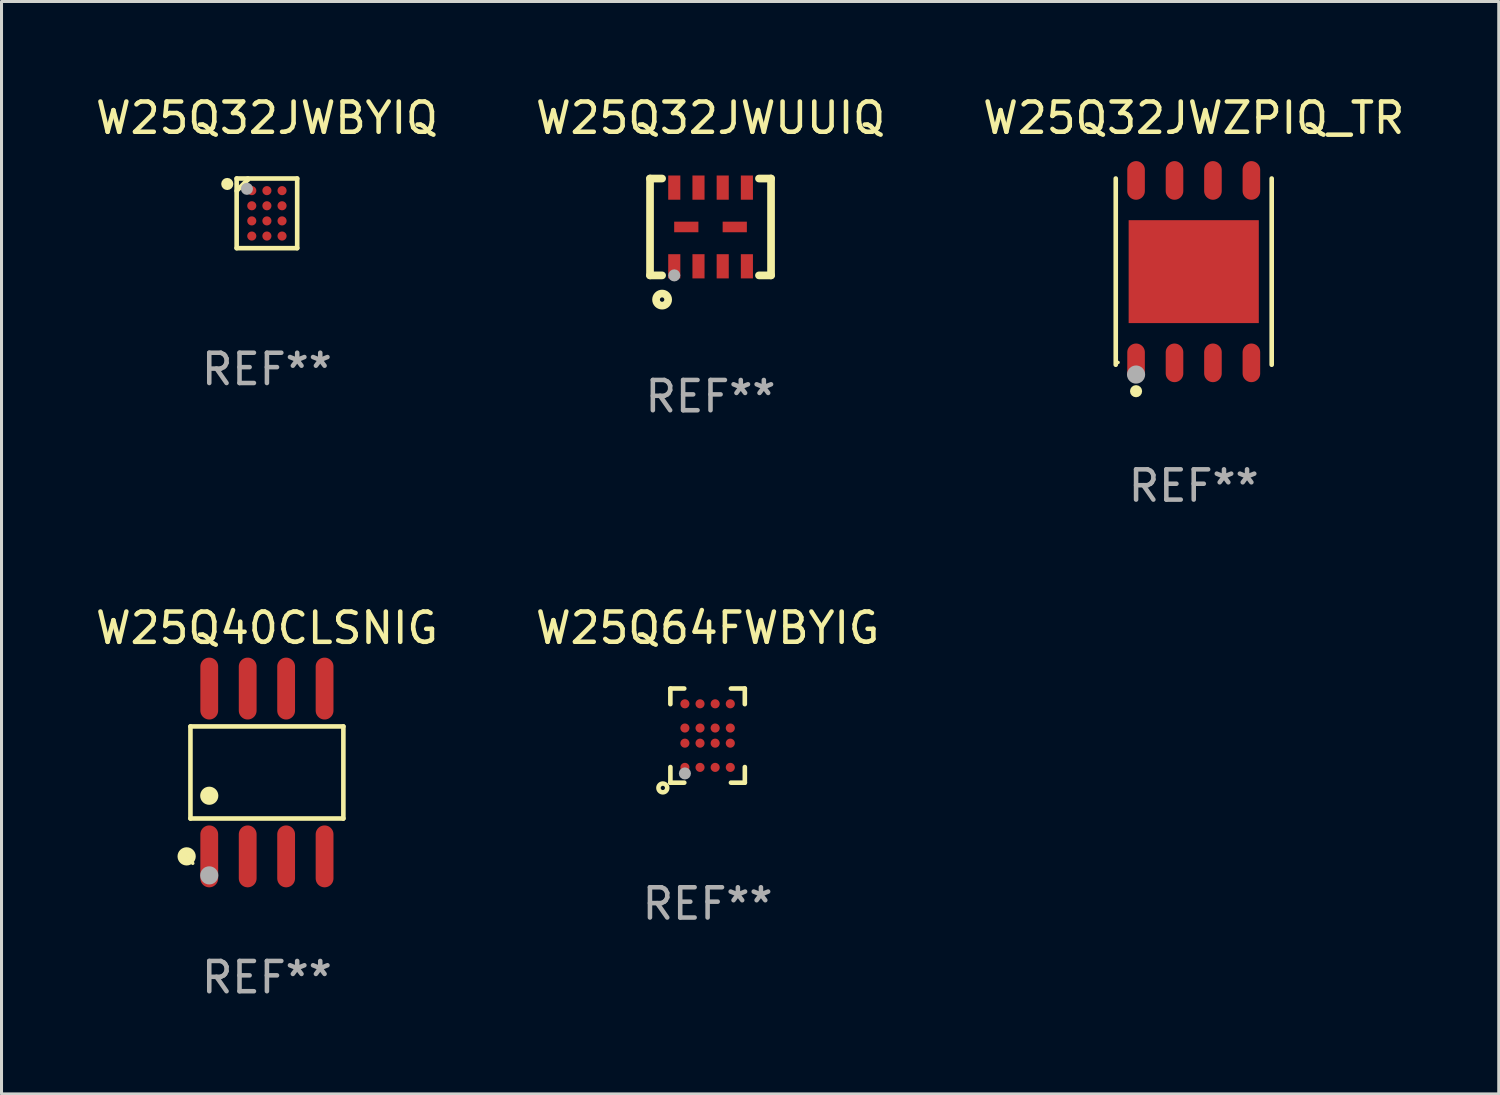
<source format=kicad_pcb>
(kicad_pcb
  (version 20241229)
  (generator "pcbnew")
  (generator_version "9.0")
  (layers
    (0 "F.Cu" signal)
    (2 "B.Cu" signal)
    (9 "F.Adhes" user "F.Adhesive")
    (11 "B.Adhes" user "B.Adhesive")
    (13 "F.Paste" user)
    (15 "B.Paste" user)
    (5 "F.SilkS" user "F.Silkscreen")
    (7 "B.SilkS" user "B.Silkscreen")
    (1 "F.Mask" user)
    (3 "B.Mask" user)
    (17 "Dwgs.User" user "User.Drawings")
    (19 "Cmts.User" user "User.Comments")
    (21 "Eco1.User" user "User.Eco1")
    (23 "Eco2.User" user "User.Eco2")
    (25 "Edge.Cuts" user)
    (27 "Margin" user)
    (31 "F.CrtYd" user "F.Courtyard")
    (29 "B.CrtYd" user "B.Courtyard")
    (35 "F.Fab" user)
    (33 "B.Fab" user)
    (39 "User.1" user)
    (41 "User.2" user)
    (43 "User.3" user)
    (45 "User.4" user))
  (footprint "W25Q32JWUUIQ"
    (layer "F.Cu")
    (at 20.423 4.448)
    (property "Reference" "W25Q32JWUUIQ" (at 0 -3.6 0) (layer "F.SilkS") (effects (font (size 1 1) (thickness 0.15))))
    (attr through_hole)
    (fp_line (start -2 -1.6) (end -1.599 -1.6) (stroke (width 0.254) (type solid)) (layer "F.SilkS"))
    (fp_line (start -2 1.6) (end -1.599 1.6) (stroke (width 0.254) (type solid)) (layer "F.SilkS"))
    (fp_line (start -1.998 -1.6) (end -1.998 1.6) (stroke (width 0.254) (type solid)) (layer "F.SilkS"))
    (fp_line (start 2 -1.6) (end 1.601 -1.6) (stroke (width 0.254) (type solid)) (layer "F.SilkS"))
    (fp_line (start 2 1.6) (end 1.601 1.6) (stroke (width 0.254) (type solid)) (layer "F.SilkS"))
    (fp_line (start 2 1.6) (end 2 -1.6) (stroke (width 0.254) (type solid)) (layer "F.SilkS"))
    (fp_circle (center -1.997 1.5) (end -1.967 1.5) (stroke (width 0.06) (type solid)) (fill no) (layer "F.SilkS"))
    (fp_circle (center -1.599 2.4) (end -1.399 2.4) (stroke (width 0.254) (type solid)) (fill no) (layer "F.SilkS"))
    (fp_circle (center -1.197 1.6) (end -1.097 1.6) (stroke (width 0.2) (type solid)) (fill no) (layer "F.Fab"))
    (fp_text user "REF**" (at 0 5.6 0) (layer "F.Fab") (effects (font (size 1 1) (thickness 0.15))))
    (pad "1" smd rect (at -1.197 1.3) (size 0.4 0.8) (layers "F.Cu" "F.Mask" "F.Paste"))
    (pad "2" smd rect (at -0.397 1.3) (size 0.4 0.8) (layers "F.Cu" "F.Mask" "F.Paste"))
    (pad "3" smd rect (at 0.403 1.3) (size 0.4 0.8) (layers "F.Cu" "F.Mask" "F.Paste"))
    (pad "4" smd rect (at 1.202 1.3) (size 0.4 0.8) (layers "F.Cu" "F.Mask" "F.Paste"))
    (pad "5" smd rect (at 1.202 -1.3) (size 0.4 0.8) (layers "F.Cu" "F.Mask" "F.Paste"))
    (pad "6" smd rect (at 0.403 -1.3) (size 0.4 0.8) (layers "F.Cu" "F.Mask" "F.Paste"))
    (pad "7" smd rect (at -0.397 -1.3) (size 0.4 0.8) (layers "F.Cu" "F.Mask" "F.Paste"))
    (pad "8" smd rect (at -1.197 -1.3) (size 0.4 0.8) (layers "F.Cu" "F.Mask" "F.Paste"))
    (pad "9" smd rect (at -0.8 0.00014 90) (size 0.35 0.8) (layers "F.Cu" "F.Mask" "F.Paste"))
    (pad "10" smd rect (at 0.801 0.00014 90) (size 0.35 0.8) (layers "F.Cu" "F.Mask" "F.Paste")))
  (footprint "W25Q64FWBYIG"
    (layer "F.Cu")
    (at 20.327 21.252)
    (property "Reference" "W25Q64FWBYIG" (at 0 -3.555 0) (layer "F.SilkS") (effects (font (size 1 1) (thickness 0.15))))
    (attr through_hole)
    (fp_line (start -1.23 -1.555) (end -1.23 -1.039) (stroke (width 0.152) (type solid)) (layer "F.SilkS"))
    (fp_line (start -1.229 1.555) (end -1.229 1.039) (stroke (width 0.152) (type solid)) (layer "F.SilkS"))
    (fp_line (start -0.771 -1.555) (end -1.23 -1.555) (stroke (width 0.152) (type solid)) (layer "F.SilkS"))
    (fp_line (start -0.77 1.555) (end -1.229 1.555) (stroke (width 0.152) (type solid)) (layer "F.SilkS"))
    (fp_line (start 0.77 -1.555) (end 1.229 -1.555) (stroke (width 0.152) (type solid)) (layer "F.SilkS"))
    (fp_line (start 0.771 1.555) (end 1.23 1.555) (stroke (width 0.152) (type solid)) (layer "F.SilkS"))
    (fp_line (start 1.229 -1.555) (end 1.229 -1.039) (stroke (width 0.152) (type solid)) (layer "F.SilkS"))
    (fp_line (start 1.23 1.555) (end 1.23 1.039) (stroke (width 0.152) (type solid)) (layer "F.SilkS"))
    (fp_circle (center -1.479 1.729) (end -1.409 1.729) (stroke (width 0.15) (type solid)) (fill no) (layer "F.SilkS"))
    (fp_circle (center -1.235 1.559) (end -1.205 1.559) (stroke (width 0.06) (type solid)) (fill no) (layer "F.SilkS"))
    (fp_circle (center -0.75 1.25) (end -0.65 1.25) (stroke (width 0.2) (type solid)) (fill no) (layer "F.Fab"))
    (fp_text user "REF**" (at 0 5.555 0) (layer "F.Fab") (effects (font (size 1 1) (thickness 0.15))))
    (pad "A1" smd circle (at -0.75 1.05) (size 0.3 0.3) (layers "F.Cu" "F.Mask" "F.Paste"))
    (pad "A2" smd circle (at -0.75 0.25) (size 0.3 0.3) (layers "F.Cu" "F.Mask" "F.Paste"))
    (pad "A3" smd circle (at -0.75 -0.25) (size 0.3 0.3) (layers "F.Cu" "F.Mask" "F.Paste"))
    (pad "A4" smd circle (at -0.75 -1.05) (size 0.3 0.3) (layers "F.Cu" "F.Mask" "F.Paste"))
    (pad "B1" smd circle (at -0.25 1.05) (size 0.3 0.3) (layers "F.Cu" "F.Mask" "F.Paste"))
    (pad "B2" smd circle (at -0.25 0.25) (size 0.3 0.3) (layers "F.Cu" "F.Mask" "F.Paste"))
    (pad "B3" smd circle (at -0.25 -0.25) (size 0.3 0.3) (layers "F.Cu" "F.Mask" "F.Paste"))
    (pad "B4" smd circle (at -0.25 -1.05) (size 0.3 0.3) (layers "F.Cu" "F.Mask" "F.Paste"))
    (pad "C1" smd circle (at 0.25 1.05) (size 0.3 0.3) (layers "F.Cu" "F.Mask" "F.Paste"))
    (pad "C2" smd circle (at 0.25 0.25) (size 0.3 0.3) (layers "F.Cu" "F.Mask" "F.Paste"))
    (pad "C3" smd circle (at 0.25 -0.25) (size 0.3 0.3) (layers "F.Cu" "F.Mask" "F.Paste"))
    (pad "C4" smd circle (at 0.25 -1.05) (size 0.3 0.3) (layers "F.Cu" "F.Mask" "F.Paste"))
    (pad "D1" smd circle (at 0.75 1.05) (size 0.3 0.3) (layers "F.Cu" "F.Mask" "F.Paste"))
    (pad "D2" smd circle (at 0.75 0.25) (size 0.3 0.3) (layers "F.Cu" "F.Mask" "F.Paste"))
    (pad "D3" smd circle (at 0.75 -0.25) (size 0.3 0.3) (layers "F.Cu" "F.Mask" "F.Paste"))
    (pad "D4" smd circle (at 0.75 -1.05) (size 0.3 0.3) (layers "F.Cu" "F.Mask" "F.Paste")))
  (footprint "W25Q32JWBYIQ"
    (layer "F.Cu")
    (at 5.768 3.998)
    (property "Reference" "W25Q32JWBYIQ" (at 0 -3.15 0) (layer "F.SilkS") (effects (font (size 1 1) (thickness 0.15))))
    (attr through_hole)
    (fp_line (start -1 -1.15) (end 1 -1.15) (stroke (width 0.152) (type solid)) (layer "F.SilkS"))
    (fp_line (start -1 1.15) (end -1 -1.15) (stroke (width 0.152) (type solid)) (layer "F.SilkS"))
    (fp_line (start -0.632 -1.15) (end -0.632 -1.111) (stroke (width 0.152) (type solid)) (layer "F.SilkS"))
    (fp_line (start -0.632 -1.111) (end -1 -0.743) (stroke (width 0.152) (type solid)) (layer "F.SilkS"))
    (fp_line (start 1 -1.15) (end 1 1.15) (stroke (width 0.152) (type solid)) (layer "F.SilkS"))
    (fp_line (start 1 1.15) (end -1 1.15) (stroke (width 0.152) (type solid)) (layer "F.SilkS"))
    (fp_circle (center -1.31 -0.97) (end -1.21 -0.97) (stroke (width 0.2) (type solid)) (fill no) (layer "F.SilkS"))
    (fp_circle (center -1 -1.15) (end -0.97 -1.15) (stroke (width 0.06) (type solid)) (fill no) (layer "F.SilkS"))
    (fp_circle (center -0.66 -0.81) (end -0.56 -0.81) (stroke (width 0.2) (type solid)) (fill no) (layer "F.Fab"))
    (fp_text user "REF**" (at 0 5.15 0) (layer "F.Fab") (effects (font (size 1 1) (thickness 0.15))))
    (pad "A1" smd circle (at -0.5 -0.75) (size 0.3 0.3) (layers "F.Cu" "F.Mask" "F.Paste"))
    (pad "A2" smd circle (at -0.000127 -0.75) (size 0.3 0.3) (layers "F.Cu" "F.Mask" "F.Paste"))
    (pad "A3" smd circle (at 0.5 -0.75) (size 0.3 0.3) (layers "F.Cu" "F.Mask" "F.Paste"))
    (pad "B1" smd circle (at -0.5 -0.25) (size 0.3 0.3) (layers "F.Cu" "F.Mask" "F.Paste"))
    (pad "B2" smd circle (at -0.000127 -0.25) (size 0.3 0.3) (layers "F.Cu" "F.Mask" "F.Paste"))
    (pad "B3" smd circle (at 0.5 -0.25) (size 0.3 0.3) (layers "F.Cu" "F.Mask" "F.Paste"))
    (pad "C1" smd circle (at -0.5 0.25) (size 0.3 0.3) (layers "F.Cu" "F.Mask" "F.Paste"))
    (pad "C2" smd circle (at -0.000127 0.25) (size 0.3 0.3) (layers "F.Cu" "F.Mask" "F.Paste"))
    (pad "C3" smd circle (at 0.5 0.25) (size 0.3 0.3) (layers "F.Cu" "F.Mask" "F.Paste"))
    (pad "D1" smd circle (at -0.5 0.75) (size 0.3 0.3) (layers "F.Cu" "F.Mask" "F.Paste"))
    (pad "D2" smd circle (at -0.000127 0.75) (size 0.3 0.3) (layers "F.Cu" "F.Mask" "F.Paste"))
    (pad "D3" smd circle (at 0.5 0.75) (size 0.3 0.3) (layers "F.Cu" "F.Mask" "F.Paste")))
  (footprint "W25Q40CLSNIG"
    (layer "F.Cu")
    (at 5.768 22.47)
    (property "Reference" "W25Q40CLSNIG" (at 0 -4.772 0) (layer "F.SilkS") (effects (font (size 1 1) (thickness 0.15))))
    (attr through_hole)
    (fp_line (start -2.526 -1.521) (end 2.526 -1.521) (stroke (width 0.152) (type solid)) (layer "F.SilkS"))
    (fp_line (start -2.526 1.521) (end -2.526 -1.521) (stroke (width 0.152) (type solid)) (layer "F.SilkS"))
    (fp_line (start 2.526 -1.521) (end 2.526 1.521) (stroke (width 0.152) (type solid)) (layer "F.SilkS"))
    (fp_line (start 2.526 1.521) (end -2.526 1.521) (stroke (width 0.152) (type solid)) (layer "F.SilkS"))
    (fp_circle (center -2.652 2.772) (end -2.501 2.772) (stroke (width 0.3) (type solid)) (fill no) (layer "F.SilkS"))
    (fp_circle (center -2.45 3) (end -2.42 3) (stroke (width 0.06) (type solid)) (fill no) (layer "F.SilkS"))
    (fp_circle (center -1.905 0.769) (end -1.755 0.769) (stroke (width 0.3) (type solid)) (fill no) (layer "F.SilkS"))
    (fp_circle (center -1.905 3.4) (end -1.755 3.4) (stroke (width 0.3) (type solid)) (fill no) (layer "F.Fab"))
    (fp_text user "REF**" (at 0 6.772 0) (layer "F.Fab") (effects (font (size 1 1) (thickness 0.15))))
    (pad "1" smd oval (at -1.905 2.772) (size 0.588 2.045) (layers "F.Cu" "F.Mask" "F.Paste"))
    (pad "2" smd oval (at -0.635 2.772) (size 0.588 2.045) (layers "F.Cu" "F.Mask" "F.Paste"))
    (pad "3" smd oval (at 0.635 2.772) (size 0.588 2.045) (layers "F.Cu" "F.Mask" "F.Paste"))
    (pad "4" smd oval (at 1.905 2.772) (size 0.588 2.045) (layers "F.Cu" "F.Mask" "F.Paste"))
    (pad "5" smd oval (at 1.905 -2.772) (size 0.588 2.045) (layers "F.Cu" "F.Mask" "F.Paste"))
    (pad "6" smd oval (at 0.635 -2.772) (size 0.588 2.045) (layers "F.Cu" "F.Mask" "F.Paste"))
    (pad "7" smd oval (at -0.635 -2.772) (size 0.588 2.045) (layers "F.Cu" "F.Mask" "F.Paste"))
    (pad "8" smd oval (at -1.905 -2.772) (size 0.588 2.045) (layers "F.Cu" "F.Mask" "F.Paste")))
  (footprint "W25Q32JWZPIQ_TR"
    (layer "F.Cu")
    (at 36.387 5.924)
    (property "Reference" "W25Q32JWZPIQ_TR" (at 0 -5.076 0) (layer "F.SilkS") (effects (font (size 1 1) (thickness 0.15))))
    (attr through_hole)
    (fp_line (start -2.576 3.076) (end -2.576 -3.076) (stroke (width 0.152) (type solid)) (layer "F.SilkS"))
    (fp_line (start 2.576 -3.076) (end 2.576 3.076) (stroke (width 0.152) (type solid)) (layer "F.SilkS"))
    (fp_circle (center -2.5 3) (end -2.47 3) (stroke (width 0.06) (type solid)) (fill no) (layer "F.SilkS"))
    (fp_circle (center -1.905 3.95) (end -1.805 3.95) (stroke (width 0.2) (type solid)) (fill no) (layer "F.SilkS"))
    (fp_circle (center -1.905 3.4) (end -1.755 3.4) (stroke (width 0.3) (type solid)) (fill no) (layer "F.Fab"))
    (fp_text user "REF**" (at 0 7.076 0) (layer "F.Fab") (effects (font (size 1 1) (thickness 0.15))))
    (pad "1" smd oval (at -1.905 3.013) (size 0.581 1.276) (layers "F.Cu" "F.Mask" "F.Paste"))
    (pad "2" smd oval (at -0.635 3.013) (size 0.581 1.276) (layers "F.Cu" "F.Mask" "F.Paste"))
    (pad "3" smd oval (at 0.635 3.013) (size 0.581 1.276) (layers "F.Cu" "F.Mask" "F.Paste"))
    (pad "4" smd oval (at 1.905 3.013) (size 0.581 1.276) (layers "F.Cu" "F.Mask" "F.Paste"))
    (pad "5" smd oval (at 1.905 -3.013) (size 0.581 1.276) (layers "F.Cu" "F.Mask" "F.Paste"))
    (pad "6" smd oval (at 0.635 -3.013) (size 0.581 1.276) (layers "F.Cu" "F.Mask" "F.Paste"))
    (pad "7" smd oval (at -0.635 -3.013) (size 0.581 1.276) (layers "F.Cu" "F.Mask" "F.Paste"))
    (pad "8" smd oval (at -1.905 -3.013) (size 0.581 1.276) (layers "F.Cu" "F.Mask" "F.Paste"))
    (pad "9" smd rect (at 0 0) (size 4.3 3.4) (layers "F.Cu" "F.Mask" "F.Paste")))
  (gr_rect
    (start -3 -3)
    (end 46.464 33.09)
    (stroke (width 0.1) (type default))
    (fill no)
    (layer "Edge.Cuts")))
</source>
